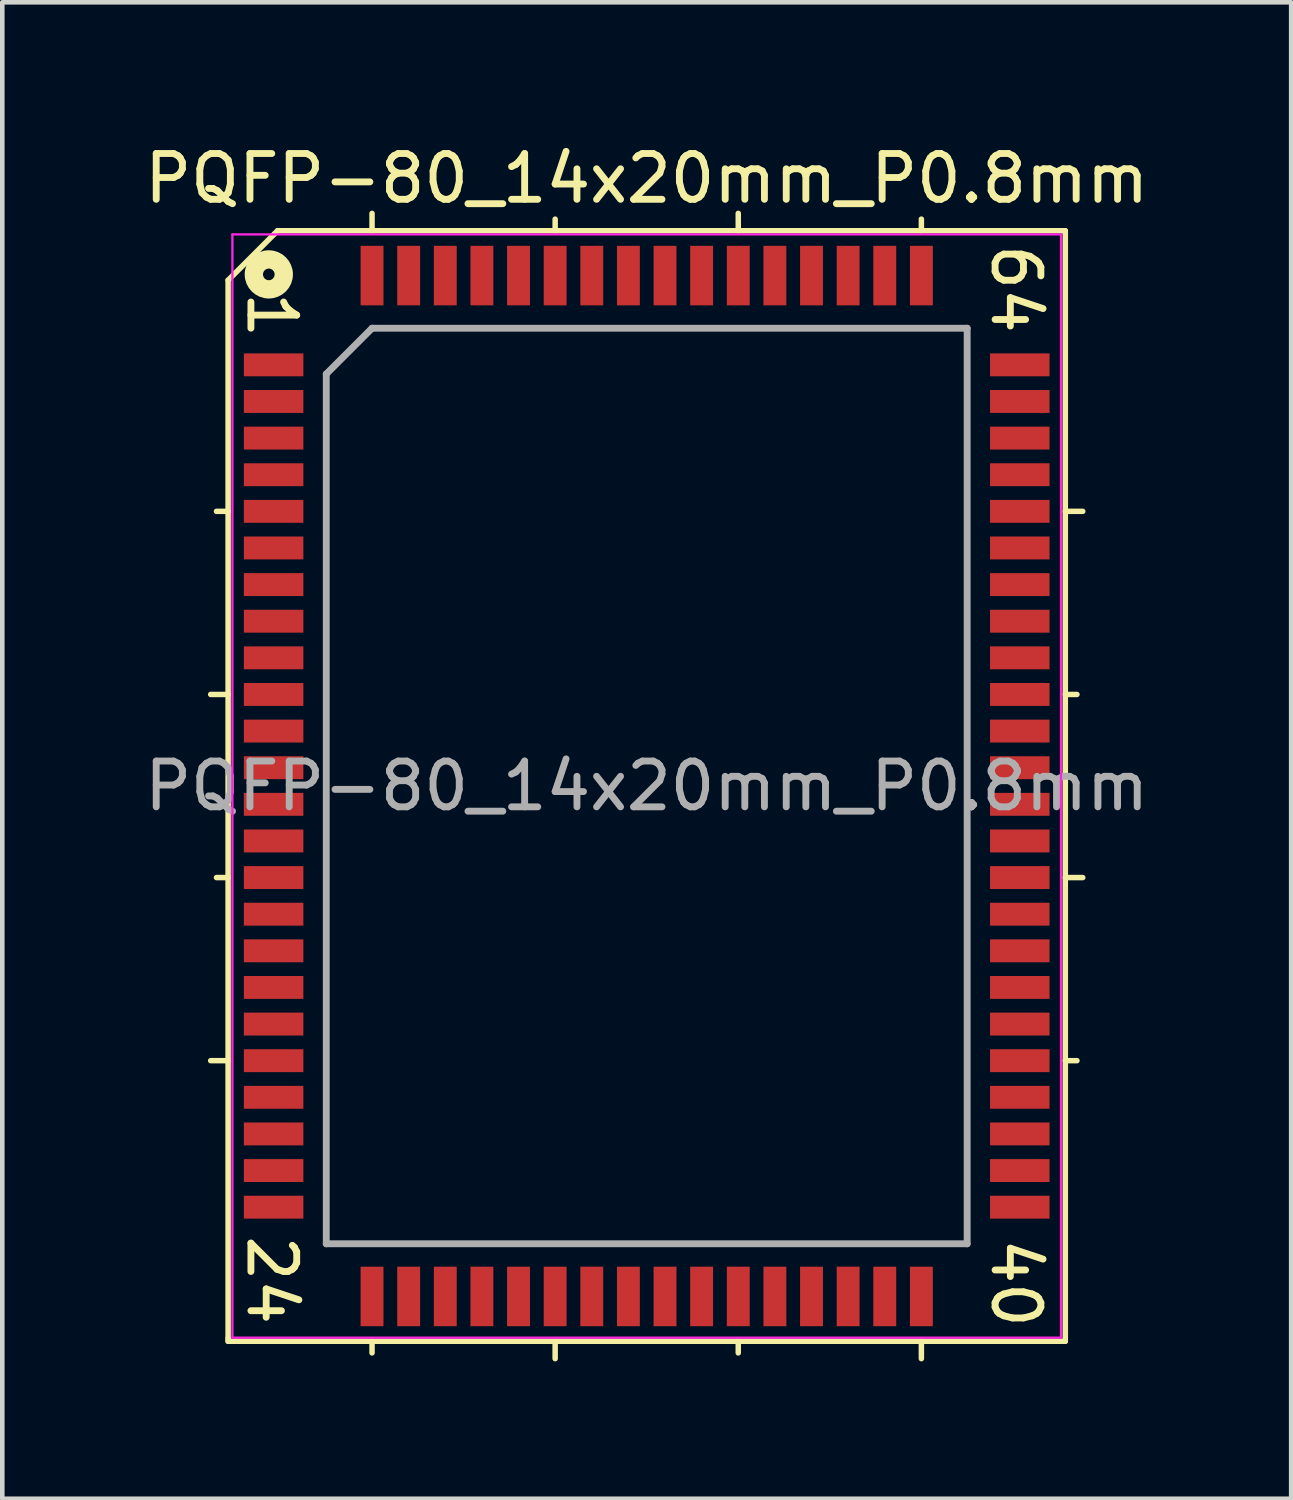
<source format=kicad_pcb>
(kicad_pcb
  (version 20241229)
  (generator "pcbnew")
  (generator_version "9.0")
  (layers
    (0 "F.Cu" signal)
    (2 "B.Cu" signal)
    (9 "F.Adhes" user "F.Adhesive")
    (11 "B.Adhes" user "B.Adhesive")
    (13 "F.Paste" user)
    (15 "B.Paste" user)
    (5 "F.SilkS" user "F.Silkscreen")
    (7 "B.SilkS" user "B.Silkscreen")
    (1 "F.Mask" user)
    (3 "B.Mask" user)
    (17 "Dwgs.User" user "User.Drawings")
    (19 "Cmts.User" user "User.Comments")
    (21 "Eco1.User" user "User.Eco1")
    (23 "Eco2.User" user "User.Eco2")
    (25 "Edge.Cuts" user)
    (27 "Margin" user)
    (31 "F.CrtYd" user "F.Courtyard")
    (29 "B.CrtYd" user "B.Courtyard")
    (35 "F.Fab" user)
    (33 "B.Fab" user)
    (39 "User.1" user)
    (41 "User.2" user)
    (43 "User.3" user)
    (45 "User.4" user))
  (footprint "PQFP-80_14x20mm_P0.8mm"
    (layer "F.Cu")
    (at 11.077 14.12)
    (property "Reference" "PQFP-80_14x20mm_P0.8mm" (at 0 -13.271 0) (layer "F.SilkS") (effects (font (size 1 1) (thickness 0.15))))
    (attr smd)
    (fp_line (start -9.144 -11.049) (end -9.144 12.065) (stroke (width 0.12) (type solid)) (layer "F.SilkS"))
    (fp_line (start -9.144 -6) (end -9.398 -6) (stroke (width 0.12) (type solid)) (layer "F.SilkS"))
    (fp_line (start -9.144 -2) (end -9.525 -2) (stroke (width 0.12) (type solid)) (layer "F.SilkS"))
    (fp_line (start -9.144 2) (end -9.398 2) (stroke (width 0.12) (type solid)) (layer "F.SilkS"))
    (fp_line (start -9.144 6) (end -9.525 6) (stroke (width 0.12) (type solid)) (layer "F.SilkS"))
    (fp_line (start -9.144 12.065) (end -9.144 12.129) (stroke (width 0.12) (type solid)) (layer "F.SilkS"))
    (fp_line (start -9.144 12.129) (end 9.144 12.129) (stroke (width 0.12) (type solid)) (layer "F.SilkS"))
    (fp_line (start -8.128 -12.065) (end -9.144 -11.049) (stroke (width 0.12) (type solid)) (layer "F.SilkS"))
    (fp_line (start -8.065 -12.129) (end -8.128 -12.065) (stroke (width 0.12) (type solid)) (layer "F.SilkS"))
    (fp_line (start -6 -12.129) (end -6 -12.509) (stroke (width 0.12) (type solid)) (layer "F.SilkS"))
    (fp_line (start -6 12.129) (end -6 12.383) (stroke (width 0.12) (type solid)) (layer "F.SilkS"))
    (fp_line (start -2 -12.129) (end -2 -12.383) (stroke (width 0.12) (type solid)) (layer "F.SilkS"))
    (fp_line (start -2 12.129) (end -2 12.509) (stroke (width 0.12) (type solid)) (layer "F.SilkS"))
    (fp_line (start 2 -12.129) (end 2 -12.509) (stroke (width 0.12) (type solid)) (layer "F.SilkS"))
    (fp_line (start 2 12.129) (end 2 12.383) (stroke (width 0.12) (type solid)) (layer "F.SilkS"))
    (fp_line (start 6 -12.129) (end 6 -12.383) (stroke (width 0.12) (type solid)) (layer "F.SilkS"))
    (fp_line (start 6 12.129) (end 6 12.509) (stroke (width 0.12) (type solid)) (layer "F.SilkS"))
    (fp_line (start 9.144 -12.129) (end -8.065 -12.129) (stroke (width 0.12) (type solid)) (layer "F.SilkS"))
    (fp_line (start 9.144 -6) (end 9.525 -6) (stroke (width 0.12) (type solid)) (layer "F.SilkS"))
    (fp_line (start 9.144 -2) (end 9.398 -2) (stroke (width 0.12) (type solid)) (layer "F.SilkS"))
    (fp_line (start 9.144 2) (end 9.525 2) (stroke (width 0.12) (type solid)) (layer "F.SilkS"))
    (fp_line (start 9.144 6) (end 9.398 6) (stroke (width 0.12) (type solid)) (layer "F.SilkS"))
    (fp_line (start 9.144 12.129) (end 9.144 -12.129) (stroke (width 0.12) (type solid)) (layer "F.SilkS"))
    (fp_circle (center -8.255 -11.176) (end -8.128 -11.176) (stroke (width 0.4) (type solid)) (fill no) (layer "F.SilkS"))
    (fp_line (start -9.05 -12.05) (end -9.05 12.05) (stroke (width 0.05) (type solid)) (layer "F.CrtYd"))
    (fp_line (start -9.05 -12.05) (end 9.05 -12.05) (stroke (width 0.05) (type solid)) (layer "F.CrtYd"))
    (fp_line (start -9.05 12.05) (end 9.05 12.05) (stroke (width 0.05) (type solid)) (layer "F.CrtYd"))
    (fp_line (start 9.05 -12.05) (end 9.05 12.05) (stroke (width 0.05) (type solid)) (layer "F.CrtYd"))
    (fp_line (start -7 -9) (end -6 -10) (stroke (width 0.15) (type solid)) (layer "F.Fab"))
    (fp_line (start -7 10) (end -7 -9) (stroke (width 0.15) (type solid)) (layer "F.Fab"))
    (fp_line (start -6 -10) (end 7 -10) (stroke (width 0.15) (type solid)) (layer "F.Fab"))
    (fp_line (start 7 -10) (end 7 10) (stroke (width 0.15) (type solid)) (layer "F.Fab"))
    (fp_line (start 7 10) (end -7 10) (stroke (width 0.15) (type solid)) (layer "F.Fab"))
    (fp_text user "40" (at 8.065 10.858 270) (unlocked yes) (layer "F.SilkS") (effects (font (size 1 1) (thickness 0.15))))
    (fp_text user "64" (at 8.065 -10.858 270) (unlocked yes) (layer "F.SilkS") (effects (font (size 1 1) (thickness 0.15))))
    (fp_text user "1" (at -8.191 -10.287 270) (unlocked yes) (layer "F.SilkS") (effects (font (size 1 1) (thickness 0.15))))
    (fp_text user "24" (at -8.191 10.795 270) (unlocked yes) (layer "F.SilkS") (effects (font (size 1 1) (thickness 0.15))))
    (fp_text user "${REFERENCE}" (at 0 0 0) (layer "F.Fab") (effects (font (size 1 1) (thickness 0.15))))
    (pad "1" smd rect (at -8.15 -9.2) (size 1.3 0.5) (layers "F.Cu" "F.Mask" "F.Paste"))
    (pad "2" smd rect (at -8.15 -8.4) (size 1.3 0.5) (layers "F.Cu" "F.Mask" "F.Paste"))
    (pad "3" smd rect (at -8.15 -7.6) (size 1.3 0.5) (layers "F.Cu" "F.Mask" "F.Paste"))
    (pad "4" smd rect (at -8.15 -6.8) (size 1.3 0.5) (layers "F.Cu" "F.Mask" "F.Paste"))
    (pad "5" smd rect (at -8.15 -6) (size 1.3 0.5) (layers "F.Cu" "F.Mask" "F.Paste"))
    (pad "6" smd rect (at -8.15 -5.2) (size 1.3 0.5) (layers "F.Cu" "F.Mask" "F.Paste"))
    (pad "7" smd rect (at -8.15 -4.4) (size 1.3 0.5) (layers "F.Cu" "F.Mask" "F.Paste"))
    (pad "8" smd rect (at -8.15 -3.6) (size 1.3 0.5) (layers "F.Cu" "F.Mask" "F.Paste"))
    (pad "9" smd rect (at -8.15 -2.8) (size 1.3 0.5) (layers "F.Cu" "F.Mask" "F.Paste"))
    (pad "10" smd rect (at -8.15 -2) (size 1.3 0.5) (layers "F.Cu" "F.Mask" "F.Paste"))
    (pad "11" smd rect (at -8.15 -1.2) (size 1.3 0.5) (layers "F.Cu" "F.Mask" "F.Paste"))
    (pad "12" smd rect (at -8.15 -0.4) (size 1.3 0.5) (layers "F.Cu" "F.Mask" "F.Paste"))
    (pad "13" smd rect (at -8.15 0.4) (size 1.3 0.5) (layers "F.Cu" "F.Mask" "F.Paste"))
    (pad "14" smd rect (at -8.15 1.2) (size 1.3 0.5) (layers "F.Cu" "F.Mask" "F.Paste"))
    (pad "15" smd rect (at -8.15 2) (size 1.3 0.5) (layers "F.Cu" "F.Mask" "F.Paste"))
    (pad "16" smd rect (at -8.15 2.8) (size 1.3 0.5) (layers "F.Cu" "F.Mask" "F.Paste"))
    (pad "17" smd rect (at -8.15 3.6) (size 1.3 0.5) (layers "F.Cu" "F.Mask" "F.Paste"))
    (pad "18" smd rect (at -8.15 4.4) (size 1.3 0.5) (layers "F.Cu" "F.Mask" "F.Paste"))
    (pad "19" smd rect (at -8.15 5.2) (size 1.3 0.5) (layers "F.Cu" "F.Mask" "F.Paste"))
    (pad "20" smd rect (at -8.15 6) (size 1.3 0.5) (layers "F.Cu" "F.Mask" "F.Paste"))
    (pad "21" smd rect (at -8.15 6.8) (size 1.3 0.5) (layers "F.Cu" "F.Mask" "F.Paste"))
    (pad "22" smd rect (at -8.15 7.6) (size 1.3 0.5) (layers "F.Cu" "F.Mask" "F.Paste"))
    (pad "23" smd rect (at -8.15 8.4) (size 1.3 0.5) (layers "F.Cu" "F.Mask" "F.Paste"))
    (pad "24" smd rect (at -8.15 9.2) (size 1.3 0.5) (layers "F.Cu" "F.Mask" "F.Paste"))
    (pad "25" smd rect (at -6 11.15 90) (size 1.3 0.5) (layers "F.Cu" "F.Mask" "F.Paste"))
    (pad "26" smd rect (at -5.2 11.15 90) (size 1.3 0.5) (layers "F.Cu" "F.Mask" "F.Paste"))
    (pad "27" smd rect (at -4.4 11.15 90) (size 1.3 0.5) (layers "F.Cu" "F.Mask" "F.Paste"))
    (pad "28" smd rect (at -3.6 11.15 90) (size 1.3 0.5) (layers "F.Cu" "F.Mask" "F.Paste"))
    (pad "29" smd rect (at -2.8 11.15 90) (size 1.3 0.5) (layers "F.Cu" "F.Mask" "F.Paste"))
    (pad "30" smd rect (at -2 11.15 90) (size 1.3 0.5) (layers "F.Cu" "F.Mask" "F.Paste"))
    (pad "31" smd rect (at -1.2 11.15 90) (size 1.3 0.5) (layers "F.Cu" "F.Mask" "F.Paste"))
    (pad "32" smd rect (at -0.4 11.15 90) (size 1.3 0.5) (layers "F.Cu" "F.Mask" "F.Paste"))
    (pad "33" smd rect (at 0.4 11.15 90) (size 1.3 0.5) (layers "F.Cu" "F.Mask" "F.Paste"))
    (pad "34" smd rect (at 1.2 11.15 90) (size 1.3 0.5) (layers "F.Cu" "F.Mask" "F.Paste"))
    (pad "35" smd rect (at 2 11.15 90) (size 1.3 0.5) (layers "F.Cu" "F.Mask" "F.Paste"))
    (pad "36" smd rect (at 2.8 11.15 90) (size 1.3 0.5) (layers "F.Cu" "F.Mask" "F.Paste"))
    (pad "37" smd rect (at 3.6 11.15 90) (size 1.3 0.5) (layers "F.Cu" "F.Mask" "F.Paste"))
    (pad "38" smd rect (at 4.4 11.15 90) (size 1.3 0.5) (layers "F.Cu" "F.Mask" "F.Paste"))
    (pad "39" smd rect (at 5.2 11.15 90) (size 1.3 0.5) (layers "F.Cu" "F.Mask" "F.Paste"))
    (pad "40" smd rect (at 6 11.15 90) (size 1.3 0.5) (layers "F.Cu" "F.Mask" "F.Paste"))
    (pad "41" smd rect (at 8.15 9.2) (size 1.3 0.5) (layers "F.Cu" "F.Mask" "F.Paste"))
    (pad "42" smd rect (at 8.15 8.4) (size 1.3 0.5) (layers "F.Cu" "F.Mask" "F.Paste"))
    (pad "43" smd rect (at 8.15 7.6) (size 1.3 0.5) (layers "F.Cu" "F.Mask" "F.Paste"))
    (pad "44" smd rect (at 8.15 6.8) (size 1.3 0.5) (layers "F.Cu" "F.Mask" "F.Paste"))
    (pad "45" smd rect (at 8.15 6) (size 1.3 0.5) (layers "F.Cu" "F.Mask" "F.Paste"))
    (pad "46" smd rect (at 8.15 5.2) (size 1.3 0.5) (layers "F.Cu" "F.Mask" "F.Paste"))
    (pad "47" smd rect (at 8.15 4.4) (size 1.3 0.5) (layers "F.Cu" "F.Mask" "F.Paste"))
    (pad "48" smd rect (at 8.15 3.6) (size 1.3 0.5) (layers "F.Cu" "F.Mask" "F.Paste"))
    (pad "49" smd rect (at 8.15 2.8) (size 1.3 0.5) (layers "F.Cu" "F.Mask" "F.Paste"))
    (pad "50" smd rect (at 8.15 2) (size 1.3 0.5) (layers "F.Cu" "F.Mask" "F.Paste"))
    (pad "51" smd rect (at 8.15 1.2) (size 1.3 0.5) (layers "F.Cu" "F.Mask" "F.Paste"))
    (pad "52" smd rect (at 8.15 0.4) (size 1.3 0.5) (layers "F.Cu" "F.Mask" "F.Paste"))
    (pad "53" smd rect (at 8.15 -0.4) (size 1.3 0.5) (layers "F.Cu" "F.Mask" "F.Paste"))
    (pad "54" smd rect (at 8.15 -1.2) (size 1.3 0.5) (layers "F.Cu" "F.Mask" "F.Paste"))
    (pad "55" smd rect (at 8.15 -2) (size 1.3 0.5) (layers "F.Cu" "F.Mask" "F.Paste"))
    (pad "56" smd rect (at 8.15 -2.8) (size 1.3 0.5) (layers "F.Cu" "F.Mask" "F.Paste"))
    (pad "57" smd rect (at 8.15 -3.6) (size 1.3 0.5) (layers "F.Cu" "F.Mask" "F.Paste"))
    (pad "58" smd rect (at 8.15 -4.4) (size 1.3 0.5) (layers "F.Cu" "F.Mask" "F.Paste"))
    (pad "59" smd rect (at 8.15 -5.2) (size 1.3 0.5) (layers "F.Cu" "F.Mask" "F.Paste"))
    (pad "60" smd rect (at 8.15 -6) (size 1.3 0.5) (layers "F.Cu" "F.Mask" "F.Paste"))
    (pad "61" smd rect (at 8.15 -6.8) (size 1.3 0.5) (layers "F.Cu" "F.Mask" "F.Paste"))
    (pad "62" smd rect (at 8.15 -7.6) (size 1.3 0.5) (layers "F.Cu" "F.Mask" "F.Paste"))
    (pad "63" smd rect (at 8.15 -8.4) (size 1.3 0.5) (layers "F.Cu" "F.Mask" "F.Paste"))
    (pad "64" smd rect (at 8.15 -9.2) (size 1.3 0.5) (layers "F.Cu" "F.Mask" "F.Paste"))
    (pad "65" smd rect (at 6 -11.15 90) (size 1.3 0.5) (layers "F.Cu" "F.Mask" "F.Paste"))
    (pad "66" smd rect (at 5.2 -11.15 90) (size 1.3 0.5) (layers "F.Cu" "F.Mask" "F.Paste"))
    (pad "67" smd rect (at 4.4 -11.15 90) (size 1.3 0.5) (layers "F.Cu" "F.Mask" "F.Paste"))
    (pad "68" smd rect (at 3.6 -11.15 90) (size 1.3 0.5) (layers "F.Cu" "F.Mask" "F.Paste"))
    (pad "69" smd rect (at 2.8 -11.15 90) (size 1.3 0.5) (layers "F.Cu" "F.Mask" "F.Paste"))
    (pad "70" smd rect (at 2 -11.15 90) (size 1.3 0.5) (layers "F.Cu" "F.Mask" "F.Paste"))
    (pad "71" smd rect (at 1.2 -11.15 90) (size 1.3 0.5) (layers "F.Cu" "F.Mask" "F.Paste"))
    (pad "72" smd rect (at 0.4 -11.15 90) (size 1.3 0.5) (layers "F.Cu" "F.Mask" "F.Paste"))
    (pad "73" smd rect (at -0.4 -11.15 90) (size 1.3 0.5) (layers "F.Cu" "F.Mask" "F.Paste"))
    (pad "74" smd rect (at -1.2 -11.15 90) (size 1.3 0.5) (layers "F.Cu" "F.Mask" "F.Paste"))
    (pad "75" smd rect (at -2 -11.15 90) (size 1.3 0.5) (layers "F.Cu" "F.Mask" "F.Paste"))
    (pad "76" smd rect (at -2.8 -11.15 90) (size 1.3 0.5) (layers "F.Cu" "F.Mask" "F.Paste"))
    (pad "77" smd rect (at -3.6 -11.15 90) (size 1.3 0.5) (layers "F.Cu" "F.Mask" "F.Paste"))
    (pad "78" smd rect (at -4.4 -11.15 90) (size 1.3 0.5) (layers "F.Cu" "F.Mask" "F.Paste"))
    (pad "79" smd rect (at -5.2 -11.15 90) (size 1.3 0.5) (layers "F.Cu" "F.Mask" "F.Paste"))
    (pad "80" smd rect (at -6 -11.15 90) (size 1.3 0.5) (layers "F.Cu" "F.Mask" "F.Paste")))
  (gr_rect
    (start -3 -3)
    (end 25.155 29.689)
    (stroke (width 0.1) (type default))
    (fill no)
    (layer "Edge.Cuts")))
</source>
